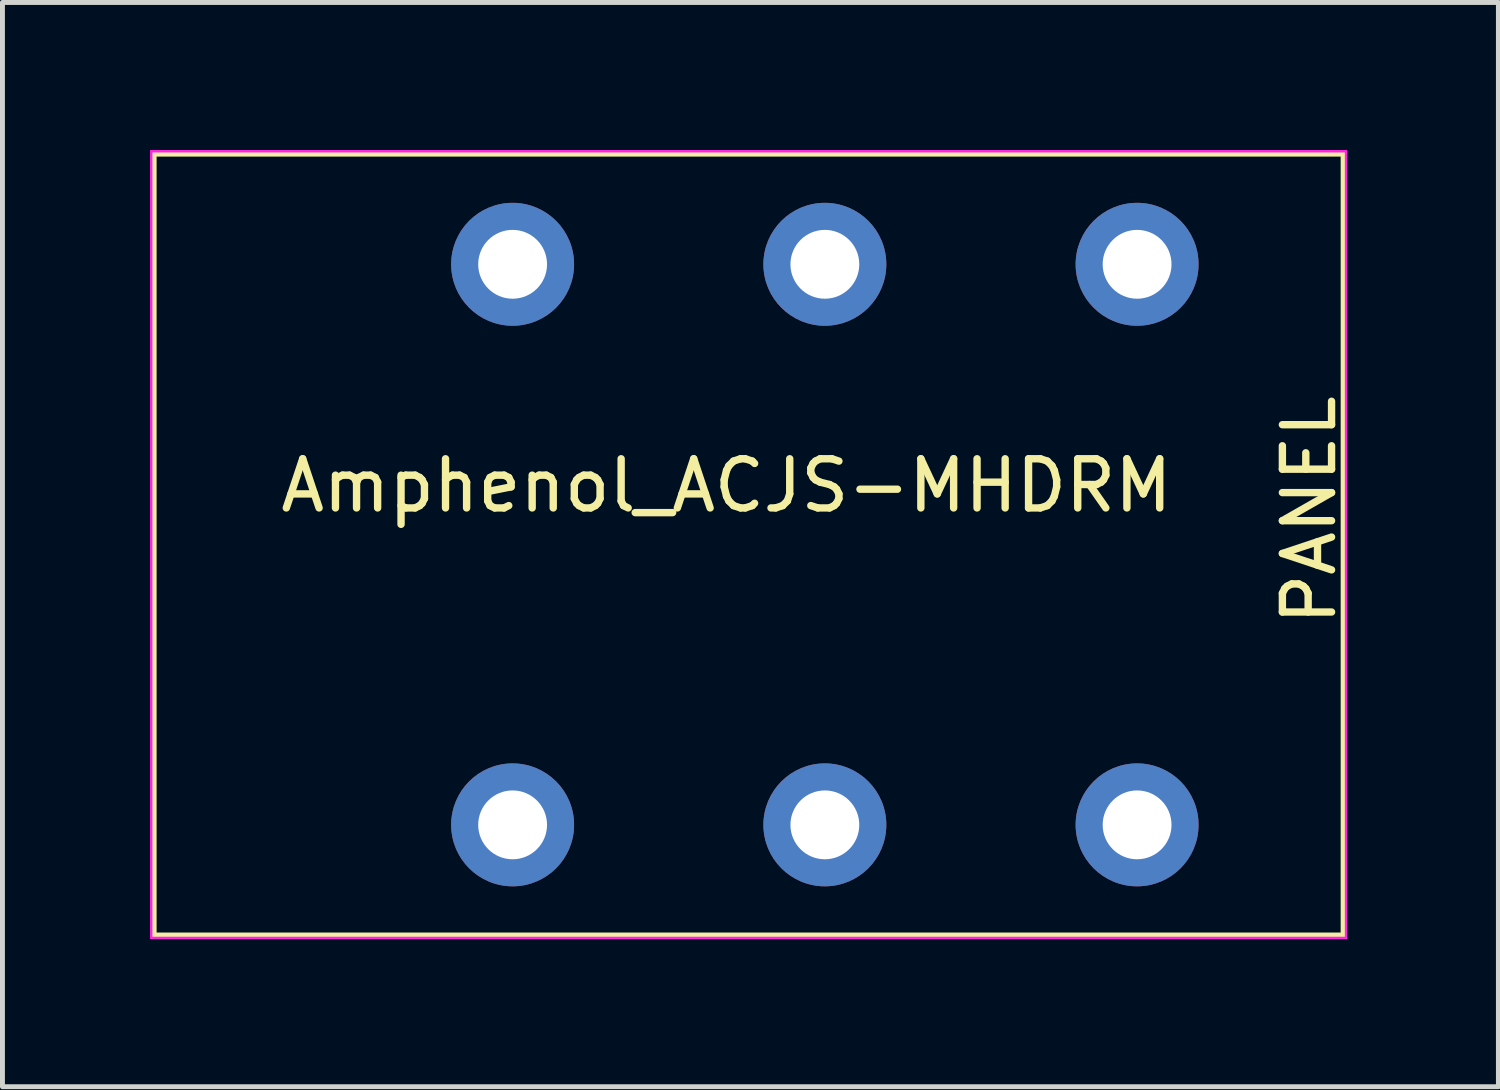
<source format=kicad_pcb>
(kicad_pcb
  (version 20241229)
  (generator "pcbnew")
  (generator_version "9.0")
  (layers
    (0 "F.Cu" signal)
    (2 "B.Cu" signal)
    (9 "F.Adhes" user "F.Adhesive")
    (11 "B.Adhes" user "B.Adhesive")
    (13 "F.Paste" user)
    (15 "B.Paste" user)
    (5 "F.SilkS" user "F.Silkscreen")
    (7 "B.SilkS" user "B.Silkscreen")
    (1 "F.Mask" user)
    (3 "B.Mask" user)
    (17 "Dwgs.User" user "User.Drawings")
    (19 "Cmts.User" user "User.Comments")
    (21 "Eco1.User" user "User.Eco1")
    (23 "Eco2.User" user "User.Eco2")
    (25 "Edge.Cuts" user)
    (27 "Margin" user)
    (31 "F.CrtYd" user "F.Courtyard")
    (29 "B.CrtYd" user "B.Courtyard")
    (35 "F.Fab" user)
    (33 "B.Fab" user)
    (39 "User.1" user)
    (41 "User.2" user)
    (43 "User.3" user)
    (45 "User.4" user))
  (footprint "Amphenol_ACJS-MHDRM"
    (layer "F.Cu")
    (at 20.075 13.725)
    (property "Reference" "Amphenol_ACJS-MHDRM" (at -8.35 -6.9 0) (layer "F.SilkS") (effects (font (size 1 1) (thickness 0.15))))
    (attr through_hole)
    (fp_line (start -20 -13.65) (end 4.2 -13.65) (stroke (width 0.12) (type solid)) (layer "F.SilkS"))
    (fp_line (start -20 2.25) (end -20 -13.65) (stroke (width 0.12) (type solid)) (layer "F.SilkS"))
    (fp_line (start 4.2 -13.65) (end 4.2 2.25) (stroke (width 0.12) (type solid)) (layer "F.SilkS"))
    (fp_line (start 4.2 2.25) (end -20 2.25) (stroke (width 0.12) (type solid)) (layer "F.SilkS"))
    (fp_line (start -20.05 -13.7) (end -20.05 2.3) (stroke (width 0.05) (type solid)) (layer "F.CrtYd"))
    (fp_line (start -20.05 -13.7) (end 4.25 -13.7) (stroke (width 0.05) (type solid)) (layer "F.CrtYd"))
    (fp_line (start -20.05 2.3) (end 4.25 2.3) (stroke (width 0.05) (type solid)) (layer "F.CrtYd"))
    (fp_line (start 4.25 -13.7) (end 4.25 2.3) (stroke (width 0.05) (type solid)) (layer "F.CrtYd"))
    (fp_text user "PANEL" (at 3.5 -6.4 90) (layer "F.SilkS") (effects (font (size 1 1) (thickness 0.15))))
    (pad "R" thru_hole circle (at -6.35 -11.4) (size 2.5 2.5) (drill 1.4) (layers "*.Cu" "*.Mask"))
    (pad "RN" thru_hole circle (at -6.35 0) (size 2.5 2.5) (drill 1.4) (layers "*.Cu" "*.Mask"))
    (pad "S" thru_hole circle (at 0 -11.4) (size 2.5 2.5) (drill 1.4) (layers "*.Cu" "*.Mask"))
    (pad "SN" thru_hole circle (at 0 0) (size 2.5 2.5) (drill 1.4) (layers "*.Cu" "*.Mask"))
    (pad "T" thru_hole circle (at -12.7 -11.4) (size 2.5 2.5) (drill 1.4) (layers "*.Cu" "*.Mask"))
    (pad "TN" thru_hole circle (at -12.7 0) (size 2.5 2.5) (drill 1.4) (layers "*.Cu" "*.Mask")))
  (gr_rect
    (start -3 -3)
    (end 27.423 19.05)
    (stroke (width 0.1) (type default))
    (fill no)
    (layer "Edge.Cuts")))
</source>
